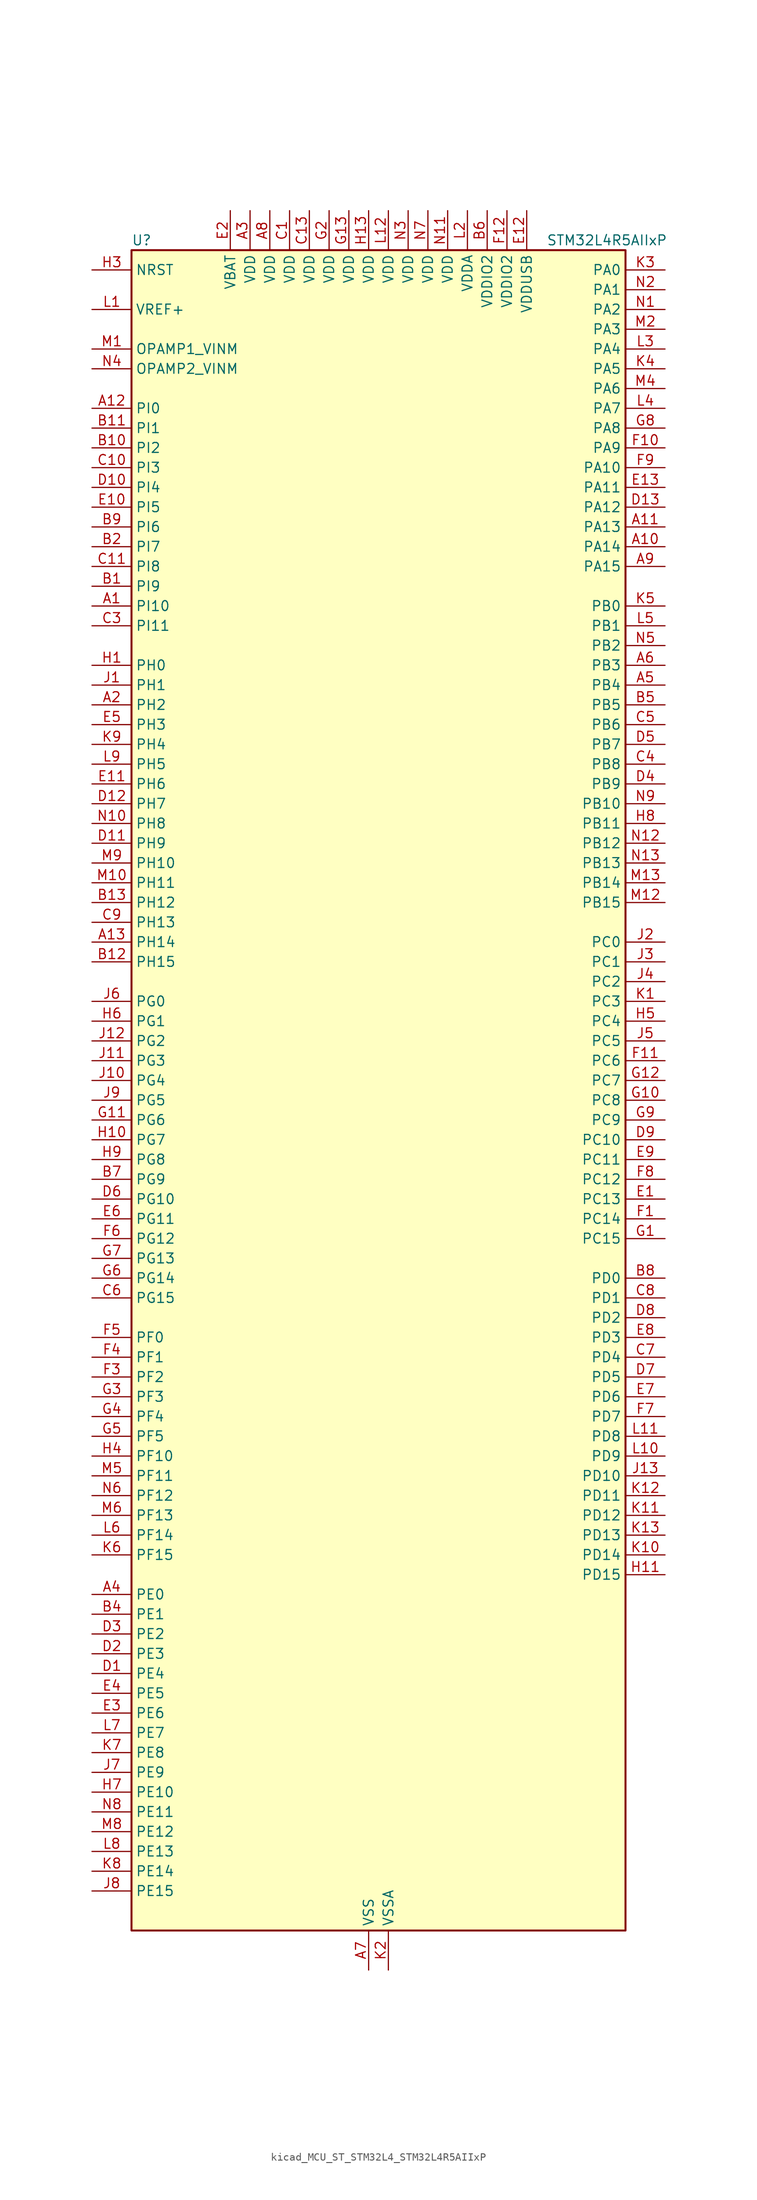
<source format=kicad_sym>
(kicad_symbol_lib
  (version 20220914)
  (generator kicad_symbol_editor)
  (symbol "kicad_MCU_ST_STM32L4_STM32L4R5AIIxP"
    (property "Reference" "U"
      (at -30.48 110.49 0)
      (effects (font (size 1.27 1.27)) (justify left)))
    (property "Value" "STM32L4R5AIIxP"
      (at 22.86 110.49 0)
      (effects (font (size 1.27 1.27)) (justify left)))
    (property "ki_locked" ""
      (at 0 0 0)
      (effects (font (size 1.27 1.27))))
    (symbol "kicad_MCU_ST_STM32L4_STM32L4R5AIIxP_0_1"
      (rectangle (start -30.48 -106.68) (end 33.02 109.22) (stroke (width 0.254) (type default)) (fill (type background))))
    (symbol "kicad_MCU_ST_STM32L4_STM32L4R5AIIxP_1_1"
      (pin bidirectional line (at -35.56 63.5 0) (length 5.08) (name "PI10" (effects (font (size 1.27 1.27)))) (number "A1" (effects (font (size 1.27 1.27)))) (alternate "OCTOSPIM_P2_IO1" bidirectional line))
      (pin bidirectional line (at 38.1 71.12 180) (length 5.08) (name "PA14" (effects (font (size 1.27 1.27)))) (number "A10" (effects (font (size 1.27 1.27)))) (alternate "I2C1_SMBA" bidirectional line) (alternate "I2C4_SMBA" bidirectional line) (alternate "LPTIM1_OUT" bidirectional line) (alternate "SAI1_FS_B" bidirectional line) (alternate "SYS_JTCK-SWCLK" bidirectional line) (alternate "USB_OTG_FS_SOF" bidirectional line))
      (pin bidirectional line (at 38.1 73.66 180) (length 5.08) (name "PA13" (effects (font (size 1.27 1.27)))) (number "A11" (effects (font (size 1.27 1.27)))) (alternate "IR_OUT" bidirectional line) (alternate "SAI1_SD_B" bidirectional line) (alternate "SYS_JTMS-SWDIO" bidirectional line) (alternate "USB_OTG_FS_NOE" bidirectional line))
      (pin bidirectional line (at -35.56 88.9 0) (length 5.08) (name "PI0" (effects (font (size 1.27 1.27)))) (number "A12" (effects (font (size 1.27 1.27)))) (alternate "DCMI_D13" bidirectional line) (alternate "OCTOSPIM_P1_IO5" bidirectional line) (alternate "SPI2_NSS" bidirectional line) (alternate "TIM5_CH4" bidirectional line))
      (pin bidirectional line (at -35.56 20.32 0) (length 5.08) (name "PH14" (effects (font (size 1.27 1.27)))) (number "A13" (effects (font (size 1.27 1.27)))) (alternate "DCMI_D4" bidirectional line) (alternate "TIM8_CH2N" bidirectional line))
      (pin bidirectional line (at -35.56 50.8 0) (length 5.08) (name "PH2" (effects (font (size 1.27 1.27)))) (number "A2" (effects (font (size 1.27 1.27)))) (alternate "OCTOSPIM_P1_IO4" bidirectional line))
      (pin power_in line (at -15.24 114.3 270) (length 5.08) (name "VDD" (effects (font (size 1.27 1.27)))) (number "A3" (effects (font (size 1.27 1.27)))))
      (pin bidirectional line (at -35.56 -63.5 0) (length 5.08) (name "PE0" (effects (font (size 1.27 1.27)))) (number "A4" (effects (font (size 1.27 1.27)))) (alternate "DCMI_D2" bidirectional line) (alternate "FMC_NBL0" bidirectional line) (alternate "TIM16_CH1" bidirectional line) (alternate "TIM4_ETR" bidirectional line))
      (pin bidirectional line (at 38.1 53.34 180) (length 5.08) (name "PB4" (effects (font (size 1.27 1.27)))) (number "A5" (effects (font (size 1.27 1.27)))) (alternate "COMP2_INP" bidirectional line) (alternate "DCMI_D12" bidirectional line) (alternate "I2C3_SDA" bidirectional line) (alternate "SAI1_MCLK_B" bidirectional line) (alternate "SPI1_MISO" bidirectional line) (alternate "SPI3_MISO" bidirectional line) (alternate "SYS_JTRST" bidirectional line) (alternate "TIM17_BKIN" bidirectional line) (alternate "TIM3_CH1" bidirectional line) (alternate "TSC_G2_IO1" bidirectional line) (alternate "UART5_DE" bidirectional line) (alternate "UART5_RTS" bidirectional line) (alternate "USART1_CTS" bidirectional line) (alternate "USART1_NSS" bidirectional line))
      (pin bidirectional line (at 38.1 55.88 180) (length 5.08) (name "PB3" (effects (font (size 1.27 1.27)))) (number "A6" (effects (font (size 1.27 1.27)))) (alternate "COMP2_INM" bidirectional line) (alternate "CRS_SYNC" bidirectional line) (alternate "SAI1_SCK_B" bidirectional line) (alternate "SPI1_SCK" bidirectional line) (alternate "SPI3_SCK" bidirectional line) (alternate "SYS_JTDO-SWO" bidirectional line) (alternate "TIM2_CH2" bidirectional line) (alternate "USART1_DE" bidirectional line) (alternate "USART1_RTS" bidirectional line))
      (pin power_in line (at 0 -111.76 90) (length 5.08) (name "VSS" (effects (font (size 1.27 1.27)))) (number "A7" (effects (font (size 1.27 1.27)))))
      (pin power_in line (at -12.7 114.3 270) (length 5.08) (name "VDD" (effects (font (size 1.27 1.27)))) (number "A8" (effects (font (size 1.27 1.27)))))
      (pin bidirectional line (at 38.1 68.58 180) (length 5.08) (name "PA15" (effects (font (size 1.27 1.27)))) (number "A9" (effects (font (size 1.27 1.27)))) (alternate "ADC1_EXTI15" bidirectional line) (alternate "SAI2_FS_B" bidirectional line) (alternate "SPI1_NSS" bidirectional line) (alternate "SPI3_NSS" bidirectional line) (alternate "SYS_JTDI" bidirectional line) (alternate "TIM2_CH1" bidirectional line) (alternate "TIM2_ETR" bidirectional line) (alternate "TSC_G3_IO1" bidirectional line) (alternate "UART4_DE" bidirectional line) (alternate "UART4_RTS" bidirectional line) (alternate "USART2_RX" bidirectional line) (alternate "USART3_DE" bidirectional line) (alternate "USART3_RTS" bidirectional line))
      (pin bidirectional line (at -35.56 66.04 0) (length 5.08) (name "PI9" (effects (font (size 1.27 1.27)))) (number "B1" (effects (font (size 1.27 1.27)))) (alternate "CAN1_RX" bidirectional line) (alternate "DAC1_EXTI9" bidirectional line) (alternate "OCTOSPIM_P2_IO2" bidirectional line))
      (pin bidirectional line (at -35.56 83.82 0) (length 5.08) (name "PI2" (effects (font (size 1.27 1.27)))) (number "B10" (effects (font (size 1.27 1.27)))) (alternate "DCMI_D9" bidirectional line) (alternate "SPI2_MISO" bidirectional line) (alternate "TIM8_CH4" bidirectional line))
      (pin bidirectional line (at -35.56 86.36 0) (length 5.08) (name "PI1" (effects (font (size 1.27 1.27)))) (number "B11" (effects (font (size 1.27 1.27)))) (alternate "DCMI_D8" bidirectional line) (alternate "SPI2_SCK" bidirectional line))
      (pin bidirectional line (at -35.56 17.78 0) (length 5.08) (name "PH15" (effects (font (size 1.27 1.27)))) (number "B12" (effects (font (size 1.27 1.27)))) (alternate "ADC1_EXTI15" bidirectional line) (alternate "DCMI_D11" bidirectional line) (alternate "OCTOSPIM_P2_IO6" bidirectional line) (alternate "TIM8_CH3N" bidirectional line))
      (pin bidirectional line (at -35.56 25.4 0) (length 5.08) (name "PH12" (effects (font (size 1.27 1.27)))) (number "B13" (effects (font (size 1.27 1.27)))) (alternate "DCMI_D3" bidirectional line) (alternate "OCTOSPIM_P2_IO7" bidirectional line) (alternate "TIM5_CH3" bidirectional line))
      (pin bidirectional line (at -35.56 71.12 0) (length 5.08) (name "PI7" (effects (font (size 1.27 1.27)))) (number "B2" (effects (font (size 1.27 1.27)))) (alternate "DCMI_D7" bidirectional line) (alternate "TIM8_CH3" bidirectional line))
      (pin passive line (at 0 -111.76 90) (length 5.08) hide (name "VSS" (effects (font (size 1.27 1.27)))) (number "B3" (effects (font (size 1.27 1.27)))))
      (pin bidirectional line (at -35.56 -66.04 0) (length 5.08) (name "PE1" (effects (font (size 1.27 1.27)))) (number "B4" (effects (font (size 1.27 1.27)))) (alternate "DCMI_D3" bidirectional line) (alternate "FMC_NBL1" bidirectional line) (alternate "TIM17_CH1" bidirectional line))
      (pin bidirectional line (at 38.1 50.8 180) (length 5.08) (name "PB5" (effects (font (size 1.27 1.27)))) (number "B5" (effects (font (size 1.27 1.27)))) (alternate "COMP2_OUT" bidirectional line) (alternate "DCMI_D10" bidirectional line) (alternate "I2C1_SMBA" bidirectional line) (alternate "LPTIM1_IN1" bidirectional line) (alternate "SAI1_SD_B" bidirectional line) (alternate "SPI1_MOSI" bidirectional line) (alternate "SPI3_MOSI" bidirectional line) (alternate "TIM16_BKIN" bidirectional line) (alternate "TIM3_CH2" bidirectional line) (alternate "TSC_G2_IO2" bidirectional line) (alternate "UART5_CTS" bidirectional line) (alternate "USART1_CK" bidirectional line))
      (pin power_in line (at 15.24 114.3 270) (length 5.08) (name "VDDIO2" (effects (font (size 1.27 1.27)))) (number "B6" (effects (font (size 1.27 1.27)))))
      (pin bidirectional line (at -35.56 -10.16 0) (length 5.08) (name "PG9" (effects (font (size 1.27 1.27)))) (number "B7" (effects (font (size 1.27 1.27)))) (alternate "DAC1_EXTI9" bidirectional line) (alternate "FMC_NCE" bidirectional line) (alternate "FMC_NE2" bidirectional line) (alternate "OCTOSPIM_P2_IO6" bidirectional line) (alternate "SAI2_SCK_A" bidirectional line) (alternate "SPI3_SCK" bidirectional line) (alternate "TIM15_CH1N" bidirectional line) (alternate "USART1_TX" bidirectional line))
      (pin bidirectional line (at 38.1 -22.86 180) (length 5.08) (name "PD0" (effects (font (size 1.27 1.27)))) (number "B8" (effects (font (size 1.27 1.27)))) (alternate "CAN1_RX" bidirectional line) (alternate "DFSDM1_DATIN7" bidirectional line) (alternate "FMC_D2" bidirectional line) (alternate "FMC_DA2" bidirectional line) (alternate "SPI2_NSS" bidirectional line))
      (pin bidirectional line (at -35.56 73.66 0) (length 5.08) (name "PI6" (effects (font (size 1.27 1.27)))) (number "B9" (effects (font (size 1.27 1.27)))) (alternate "DCMI_D6" bidirectional line) (alternate "OCTOSPIM_P2_CLK" bidirectional line) (alternate "TIM8_CH2" bidirectional line))
      (pin power_in line (at -10.16 114.3 270) (length 5.08) (name "VDD" (effects (font (size 1.27 1.27)))) (number "C1" (effects (font (size 1.27 1.27)))))
      (pin bidirectional line (at -35.56 81.28 0) (length 5.08) (name "PI3" (effects (font (size 1.27 1.27)))) (number "C10" (effects (font (size 1.27 1.27)))) (alternate "DCMI_D10" bidirectional line) (alternate "SPI2_MOSI" bidirectional line) (alternate "TIM8_ETR" bidirectional line))
      (pin bidirectional line (at -35.56 68.58 0) (length 5.08) (name "PI8" (effects (font (size 1.27 1.27)))) (number "C11" (effects (font (size 1.27 1.27)))) (alternate "DCMI_D12" bidirectional line) (alternate "OCTOSPIM_P2_NCS" bidirectional line))
      (pin passive line (at 0 -111.76 90) (length 5.08) hide (name "VSS" (effects (font (size 1.27 1.27)))) (number "C12" (effects (font (size 1.27 1.27)))))
      (pin power_in line (at -7.62 114.3 270) (length 5.08) (name "VDD" (effects (font (size 1.27 1.27)))) (number "C13" (effects (font (size 1.27 1.27)))))
      (pin passive line (at 0 -111.76 90) (length 5.08) hide (name "VSS" (effects (font (size 1.27 1.27)))) (number "C2" (effects (font (size 1.27 1.27)))))
      (pin bidirectional line (at -35.56 60.96 0) (length 5.08) (name "PI11" (effects (font (size 1.27 1.27)))) (number "C3" (effects (font (size 1.27 1.27)))) (alternate "ADC1_EXTI11" bidirectional line) (alternate "OCTOSPIM_P2_IO0" bidirectional line))
      (pin bidirectional line (at 38.1 43.18 180) (length 5.08) (name "PB8" (effects (font (size 1.27 1.27)))) (number "C4" (effects (font (size 1.27 1.27)))) (alternate "CAN1_RX" bidirectional line) (alternate "DCMI_D6" bidirectional line) (alternate "DFSDM1_CKOUT" bidirectional line) (alternate "DFSDM1_DATIN6" bidirectional line) (alternate "I2C1_SCL" bidirectional line) (alternate "SAI1_CK1" bidirectional line) (alternate "SAI1_MCLK_A" bidirectional line) (alternate "SDMMC1_CKIN" bidirectional line) (alternate "SDMMC1_D4" bidirectional line) (alternate "TIM16_CH1" bidirectional line) (alternate "TIM4_CH3" bidirectional line))
      (pin bidirectional line (at 38.1 48.26 180) (length 5.08) (name "PB6" (effects (font (size 1.27 1.27)))) (number "C5" (effects (font (size 1.27 1.27)))) (alternate "COMP2_INP" bidirectional line) (alternate "DCMI_D5" bidirectional line) (alternate "DFSDM1_DATIN5" bidirectional line) (alternate "I2C1_SCL" bidirectional line) (alternate "I2C4_SCL" bidirectional line) (alternate "LPTIM1_ETR" bidirectional line) (alternate "SAI1_FS_B" bidirectional line) (alternate "TIM16_CH1N" bidirectional line) (alternate "TIM4_CH1" bidirectional line) (alternate "TIM8_BKIN2" bidirectional line) (alternate "TSC_G2_IO3" bidirectional line) (alternate "USART1_TX" bidirectional line))
      (pin bidirectional line (at -35.56 -25.4 0) (length 5.08) (name "PG15" (effects (font (size 1.27 1.27)))) (number "C6" (effects (font (size 1.27 1.27)))) (alternate "ADC1_EXTI15" bidirectional line) (alternate "DCMI_D13" bidirectional line) (alternate "I2C1_SMBA" bidirectional line) (alternate "LPTIM1_OUT" bidirectional line) (alternate "OCTOSPIM_P2_DQS" bidirectional line))
      (pin bidirectional line (at 38.1 -33.02 180) (length 5.08) (name "PD4" (effects (font (size 1.27 1.27)))) (number "C7" (effects (font (size 1.27 1.27)))) (alternate "DFSDM1_CKIN0" bidirectional line) (alternate "FMC_NOE" bidirectional line) (alternate "OCTOSPIM_P1_IO4" bidirectional line) (alternate "SPI2_MOSI" bidirectional line) (alternate "USART2_DE" bidirectional line) (alternate "USART2_RTS" bidirectional line))
      (pin bidirectional line (at 38.1 -25.4 180) (length 5.08) (name "PD1" (effects (font (size 1.27 1.27)))) (number "C8" (effects (font (size 1.27 1.27)))) (alternate "CAN1_TX" bidirectional line) (alternate "DFSDM1_CKIN7" bidirectional line) (alternate "FMC_D3" bidirectional line) (alternate "FMC_DA3" bidirectional line) (alternate "SPI2_SCK" bidirectional line))
      (pin bidirectional line (at -35.56 22.86 0) (length 5.08) (name "PH13" (effects (font (size 1.27 1.27)))) (number "C9" (effects (font (size 1.27 1.27)))) (alternate "CAN1_TX" bidirectional line) (alternate "TIM8_CH1N" bidirectional line))
      (pin bidirectional line (at -35.56 -73.66 0) (length 5.08) (name "PE4" (effects (font (size 1.27 1.27)))) (number "D1" (effects (font (size 1.27 1.27)))) (alternate "DCMI_D4" bidirectional line) (alternate "DFSDM1_DATIN3" bidirectional line) (alternate "FMC_A20" bidirectional line) (alternate "SAI1_D2" bidirectional line) (alternate "SAI1_FS_A" bidirectional line) (alternate "SYS_TRACED1" bidirectional line) (alternate "TIM3_CH2" bidirectional line) (alternate "TSC_G7_IO3" bidirectional line))
      (pin bidirectional line (at -35.56 78.74 0) (length 5.08) (name "PI4" (effects (font (size 1.27 1.27)))) (number "D10" (effects (font (size 1.27 1.27)))) (alternate "DCMI_D5" bidirectional line) (alternate "TIM8_BKIN" bidirectional line))
      (pin bidirectional line (at -35.56 33.02 0) (length 5.08) (name "PH9" (effects (font (size 1.27 1.27)))) (number "D11" (effects (font (size 1.27 1.27)))) (alternate "DAC1_EXTI9" bidirectional line) (alternate "DCMI_D0" bidirectional line) (alternate "I2C3_SMBA" bidirectional line) (alternate "OCTOSPIM_P2_IO4" bidirectional line))
      (pin bidirectional line (at -35.56 38.1 0) (length 5.08) (name "PH7" (effects (font (size 1.27 1.27)))) (number "D12" (effects (font (size 1.27 1.27)))) (alternate "DCMI_D9" bidirectional line) (alternate "I2C3_SCL" bidirectional line))
      (pin bidirectional line (at 38.1 76.2 180) (length 5.08) (name "PA12" (effects (font (size 1.27 1.27)))) (number "D13" (effects (font (size 1.27 1.27)))) (alternate "CAN1_TX" bidirectional line) (alternate "SPI1_MOSI" bidirectional line) (alternate "TIM1_ETR" bidirectional line) (alternate "USART1_DE" bidirectional line) (alternate "USART1_RTS" bidirectional line) (alternate "USB_OTG_FS_DP" bidirectional line))
      (pin bidirectional line (at -35.56 -71.12 0) (length 5.08) (name "PE3" (effects (font (size 1.27 1.27)))) (number "D2" (effects (font (size 1.27 1.27)))) (alternate "FMC_A19" bidirectional line) (alternate "OCTOSPIM_P1_DQS" bidirectional line) (alternate "SAI1_SD_B" bidirectional line) (alternate "SYS_TRACED0" bidirectional line) (alternate "TIM3_CH1" bidirectional line) (alternate "TSC_G7_IO2" bidirectional line))
      (pin bidirectional line (at -35.56 -68.58 0) (length 5.08) (name "PE2" (effects (font (size 1.27 1.27)))) (number "D3" (effects (font (size 1.27 1.27)))) (alternate "FMC_A23" bidirectional line) (alternate "SAI1_CK1" bidirectional line) (alternate "SAI1_MCLK_A" bidirectional line) (alternate "SYS_TRACECLK" bidirectional line) (alternate "TIM3_ETR" bidirectional line) (alternate "TSC_G7_IO1" bidirectional line))
      (pin bidirectional line (at 38.1 40.64 180) (length 5.08) (name "PB9" (effects (font (size 1.27 1.27)))) (number "D4" (effects (font (size 1.27 1.27)))) (alternate "CAN1_TX" bidirectional line) (alternate "DAC1_EXTI9" bidirectional line) (alternate "DCMI_D7" bidirectional line) (alternate "DFSDM1_CKIN6" bidirectional line) (alternate "I2C1_SDA" bidirectional line) (alternate "IR_OUT" bidirectional line) (alternate "SAI1_D2" bidirectional line) (alternate "SAI1_FS_A" bidirectional line) (alternate "SDMMC1_CDIR" bidirectional line) (alternate "SDMMC1_D5" bidirectional line) (alternate "SPI2_NSS" bidirectional line) (alternate "TIM17_CH1" bidirectional line) (alternate "TIM4_CH4" bidirectional line))
      (pin bidirectional line (at 38.1 45.72 180) (length 5.08) (name "PB7" (effects (font (size 1.27 1.27)))) (number "D5" (effects (font (size 1.27 1.27)))) (alternate "COMP2_INM" bidirectional line) (alternate "DCMI_VSYNC" bidirectional line) (alternate "DFSDM1_CKIN5" bidirectional line) (alternate "FMC_NL" bidirectional line) (alternate "I2C1_SDA" bidirectional line) (alternate "I2C4_SDA" bidirectional line) (alternate "LPTIM1_IN2" bidirectional line) (alternate "SYS_PVD_IN" bidirectional line) (alternate "TIM17_CH1N" bidirectional line) (alternate "TIM4_CH2" bidirectional line) (alternate "TIM8_BKIN" bidirectional line) (alternate "TSC_G2_IO4" bidirectional line) (alternate "UART4_CTS" bidirectional line) (alternate "USART1_RX" bidirectional line))
      (pin bidirectional line (at -35.56 -12.7 0) (length 5.08) (name "PG10" (effects (font (size 1.27 1.27)))) (number "D6" (effects (font (size 1.27 1.27)))) (alternate "FMC_NE3" bidirectional line) (alternate "LPTIM1_IN1" bidirectional line) (alternate "OCTOSPIM_P2_IO7" bidirectional line) (alternate "SAI2_FS_A" bidirectional line) (alternate "SPI3_MISO" bidirectional line) (alternate "TIM15_CH1" bidirectional line) (alternate "USART1_RX" bidirectional line))
      (pin bidirectional line (at 38.1 -35.56 180) (length 5.08) (name "PD5" (effects (font (size 1.27 1.27)))) (number "D7" (effects (font (size 1.27 1.27)))) (alternate "FMC_NWE" bidirectional line) (alternate "OCTOSPIM_P1_IO5" bidirectional line) (alternate "USART2_TX" bidirectional line))
      (pin bidirectional line (at 38.1 -27.94 180) (length 5.08) (name "PD2" (effects (font (size 1.27 1.27)))) (number "D8" (effects (font (size 1.27 1.27)))) (alternate "DCMI_D11" bidirectional line) (alternate "SDMMC1_CMD" bidirectional line) (alternate "SYS_TRACED2" bidirectional line) (alternate "TIM3_ETR" bidirectional line) (alternate "TSC_SYNC" bidirectional line) (alternate "UART5_RX" bidirectional line) (alternate "USART3_DE" bidirectional line) (alternate "USART3_RTS" bidirectional line))
      (pin bidirectional line (at 38.1 -5.08 180) (length 5.08) (name "PC10" (effects (font (size 1.27 1.27)))) (number "D9" (effects (font (size 1.27 1.27)))) (alternate "DCMI_D8" bidirectional line) (alternate "SAI2_SCK_B" bidirectional line) (alternate "SDMMC1_D2" bidirectional line) (alternate "SPI3_SCK" bidirectional line) (alternate "SYS_TRACED1" bidirectional line) (alternate "TSC_G3_IO2" bidirectional line) (alternate "UART4_TX" bidirectional line) (alternate "USART3_TX" bidirectional line))
      (pin bidirectional line (at 38.1 -12.7 180) (length 5.08) (name "PC13" (effects (font (size 1.27 1.27)))) (number "E1" (effects (font (size 1.27 1.27)))) (alternate "RTC_OUT_ALARM" bidirectional line) (alternate "RTC_OUT_CALIB" bidirectional line) (alternate "RTC_TAMP1" bidirectional line) (alternate "RTC_TS" bidirectional line) (alternate "SYS_WKUP2" bidirectional line))
      (pin bidirectional line (at -35.56 76.2 0) (length 5.08) (name "PI5" (effects (font (size 1.27 1.27)))) (number "E10" (effects (font (size 1.27 1.27)))) (alternate "DCMI_VSYNC" bidirectional line) (alternate "OCTOSPIM_P2_NCS" bidirectional line) (alternate "TIM8_CH1" bidirectional line))
      (pin bidirectional line (at -35.56 40.64 0) (length 5.08) (name "PH6" (effects (font (size 1.27 1.27)))) (number "E11" (effects (font (size 1.27 1.27)))) (alternate "DCMI_D8" bidirectional line) (alternate "I2C2_SMBA" bidirectional line) (alternate "OCTOSPIM_P2_CLK" bidirectional line))
      (pin power_in line (at 20.32 114.3 270) (length 5.08) (name "VDDUSB" (effects (font (size 1.27 1.27)))) (number "E12" (effects (font (size 1.27 1.27)))))
      (pin bidirectional line (at 38.1 78.74 180) (length 5.08) (name "PA11" (effects (font (size 1.27 1.27)))) (number "E13" (effects (font (size 1.27 1.27)))) (alternate "ADC1_EXTI11" bidirectional line) (alternate "CAN1_RX" bidirectional line) (alternate "SPI1_MISO" bidirectional line) (alternate "TIM1_BKIN2" bidirectional line) (alternate "TIM1_CH4" bidirectional line) (alternate "USART1_CTS" bidirectional line) (alternate "USART1_NSS" bidirectional line) (alternate "USB_OTG_FS_DM" bidirectional line))
      (pin power_in line (at -17.78 114.3 270) (length 5.08) (name "VBAT" (effects (font (size 1.27 1.27)))) (number "E2" (effects (font (size 1.27 1.27)))))
      (pin bidirectional line (at -35.56 -78.74 0) (length 5.08) (name "PE6" (effects (font (size 1.27 1.27)))) (number "E3" (effects (font (size 1.27 1.27)))) (alternate "DCMI_D7" bidirectional line) (alternate "FMC_A22" bidirectional line) (alternate "RTC_TAMP3" bidirectional line) (alternate "SAI1_D1" bidirectional line) (alternate "SAI1_SD_A" bidirectional line) (alternate "SYS_TRACED3" bidirectional line) (alternate "SYS_WKUP3" bidirectional line) (alternate "TIM3_CH4" bidirectional line))
      (pin bidirectional line (at -35.56 -76.2 0) (length 5.08) (name "PE5" (effects (font (size 1.27 1.27)))) (number "E4" (effects (font (size 1.27 1.27)))) (alternate "DCMI_D6" bidirectional line) (alternate "DFSDM1_CKIN3" bidirectional line) (alternate "FMC_A21" bidirectional line) (alternate "SAI1_CK2" bidirectional line) (alternate "SAI1_SCK_A" bidirectional line) (alternate "SYS_TRACED2" bidirectional line) (alternate "TIM3_CH3" bidirectional line) (alternate "TSC_G7_IO4" bidirectional line))
      (pin bidirectional line (at -35.56 48.26 0) (length 5.08) (name "PH3" (effects (font (size 1.27 1.27)))) (number "E5" (effects (font (size 1.27 1.27)))))
      (pin bidirectional line (at -35.56 -15.24 0) (length 5.08) (name "PG11" (effects (font (size 1.27 1.27)))) (number "E6" (effects (font (size 1.27 1.27)))) (alternate "ADC1_EXTI11" bidirectional line) (alternate "LPTIM1_IN2" bidirectional line) (alternate "OCTOSPIM_P1_IO5" bidirectional line) (alternate "SAI2_MCLK_A" bidirectional line) (alternate "SPI3_MOSI" bidirectional line) (alternate "TIM15_CH2" bidirectional line) (alternate "USART1_CTS" bidirectional line) (alternate "USART1_NSS" bidirectional line))
      (pin bidirectional line (at 38.1 -38.1 180) (length 5.08) (name "PD6" (effects (font (size 1.27 1.27)))) (number "E7" (effects (font (size 1.27 1.27)))) (alternate "DCMI_D10" bidirectional line) (alternate "DFSDM1_DATIN1" bidirectional line) (alternate "FMC_NWAIT" bidirectional line) (alternate "OCTOSPIM_P1_IO6" bidirectional line) (alternate "SAI1_D1" bidirectional line) (alternate "SAI1_SD_A" bidirectional line) (alternate "SPI3_MOSI" bidirectional line) (alternate "USART2_RX" bidirectional line))
      (pin bidirectional line (at 38.1 -30.48 180) (length 5.08) (name "PD3" (effects (font (size 1.27 1.27)))) (number "E8" (effects (font (size 1.27 1.27)))) (alternate "DCMI_D5" bidirectional line) (alternate "DFSDM1_DATIN0" bidirectional line) (alternate "FMC_CLK" bidirectional line) (alternate "OCTOSPIM_P2_NCS" bidirectional line) (alternate "SPI2_MISO" bidirectional line) (alternate "SPI2_SCK" bidirectional line) (alternate "USART2_CTS" bidirectional line) (alternate "USART2_NSS" bidirectional line))
      (pin bidirectional line (at 38.1 -7.62 180) (length 5.08) (name "PC11" (effects (font (size 1.27 1.27)))) (number "E9" (effects (font (size 1.27 1.27)))) (alternate "ADC1_EXTI11" bidirectional line) (alternate "DCMI_D2" bidirectional line) (alternate "DCMI_D4" bidirectional line) (alternate "OCTOSPIM_P1_NCS" bidirectional line) (alternate "SAI2_MCLK_B" bidirectional line) (alternate "SDMMC1_D3" bidirectional line) (alternate "SPI3_MISO" bidirectional line) (alternate "TSC_G3_IO3" bidirectional line) (alternate "UART4_RX" bidirectional line) (alternate "USART3_RX" bidirectional line))
      (pin bidirectional line (at 38.1 -15.24 180) (length 5.08) (name "PC14" (effects (font (size 1.27 1.27)))) (number "F1" (effects (font (size 1.27 1.27)))) (alternate "RCC_OSC32_IN" bidirectional line))
      (pin bidirectional line (at 38.1 83.82 180) (length 5.08) (name "PA9" (effects (font (size 1.27 1.27)))) (number "F10" (effects (font (size 1.27 1.27)))) (alternate "DAC1_EXTI9" bidirectional line) (alternate "DCMI_D0" bidirectional line) (alternate "SAI1_FS_A" bidirectional line) (alternate "SPI2_SCK" bidirectional line) (alternate "TIM15_BKIN" bidirectional line) (alternate "TIM1_CH2" bidirectional line) (alternate "USART1_TX" bidirectional line) (alternate "USB_OTG_FS_VBUS" bidirectional line))
      (pin bidirectional line (at 38.1 5.08 180) (length 5.08) (name "PC6" (effects (font (size 1.27 1.27)))) (number "F11" (effects (font (size 1.27 1.27)))) (alternate "DCMI_D0" bidirectional line) (alternate "DFSDM1_CKIN3" bidirectional line) (alternate "SAI2_MCLK_A" bidirectional line) (alternate "SDMMC1_D0DIR" bidirectional line) (alternate "SDMMC1_D6" bidirectional line) (alternate "TIM3_CH1" bidirectional line) (alternate "TIM8_CH1" bidirectional line) (alternate "TSC_G4_IO1" bidirectional line))
      (pin power_in line (at 17.78 114.3 270) (length 5.08) (name "VDDIO2" (effects (font (size 1.27 1.27)))) (number "F12" (effects (font (size 1.27 1.27)))))
      (pin passive line (at 0 -111.76 90) (length 5.08) hide (name "VSS" (effects (font (size 1.27 1.27)))) (number "F13" (effects (font (size 1.27 1.27)))))
      (pin passive line (at 0 -111.76 90) (length 5.08) hide (name "VSS" (effects (font (size 1.27 1.27)))) (number "F2" (effects (font (size 1.27 1.27)))))
      (pin bidirectional line (at -35.56 -35.56 0) (length 5.08) (name "PF2" (effects (font (size 1.27 1.27)))) (number "F3" (effects (font (size 1.27 1.27)))) (alternate "FMC_A2" bidirectional line) (alternate "I2C2_SMBA" bidirectional line) (alternate "OCTOSPIM_P2_IO2" bidirectional line))
      (pin bidirectional line (at -35.56 -33.02 0) (length 5.08) (name "PF1" (effects (font (size 1.27 1.27)))) (number "F4" (effects (font (size 1.27 1.27)))) (alternate "FMC_A1" bidirectional line) (alternate "I2C2_SCL" bidirectional line) (alternate "OCTOSPIM_P2_IO1" bidirectional line))
      (pin bidirectional line (at -35.56 -30.48 0) (length 5.08) (name "PF0" (effects (font (size 1.27 1.27)))) (number "F5" (effects (font (size 1.27 1.27)))) (alternate "FMC_A0" bidirectional line) (alternate "I2C2_SDA" bidirectional line) (alternate "OCTOSPIM_P2_IO0" bidirectional line))
      (pin bidirectional line (at -35.56 -17.78 0) (length 5.08) (name "PG12" (effects (font (size 1.27 1.27)))) (number "F6" (effects (font (size 1.27 1.27)))) (alternate "FMC_NE4" bidirectional line) (alternate "LPTIM1_ETR" bidirectional line) (alternate "OCTOSPIM_P2_NCS" bidirectional line) (alternate "SAI2_SD_A" bidirectional line) (alternate "SPI3_NSS" bidirectional line) (alternate "USART1_DE" bidirectional line) (alternate "USART1_RTS" bidirectional line))
      (pin bidirectional line (at 38.1 -40.64 180) (length 5.08) (name "PD7" (effects (font (size 1.27 1.27)))) (number "F7" (effects (font (size 1.27 1.27)))) (alternate "DFSDM1_CKIN1" bidirectional line) (alternate "FMC_NCE" bidirectional line) (alternate "FMC_NE1" bidirectional line) (alternate "OCTOSPIM_P1_IO7" bidirectional line) (alternate "USART2_CK" bidirectional line))
      (pin bidirectional line (at 38.1 -10.16 180) (length 5.08) (name "PC12" (effects (font (size 1.27 1.27)))) (number "F8" (effects (font (size 1.27 1.27)))) (alternate "DCMI_D9" bidirectional line) (alternate "SAI2_SD_B" bidirectional line) (alternate "SDMMC1_CK" bidirectional line) (alternate "SPI3_MOSI" bidirectional line) (alternate "SYS_TRACED3" bidirectional line) (alternate "TSC_G3_IO4" bidirectional line) (alternate "UART5_TX" bidirectional line) (alternate "USART3_CK" bidirectional line))
      (pin bidirectional line (at 38.1 81.28 180) (length 5.08) (name "PA10" (effects (font (size 1.27 1.27)))) (number "F9" (effects (font (size 1.27 1.27)))) (alternate "DCMI_D1" bidirectional line) (alternate "SAI1_D1" bidirectional line) (alternate "SAI1_SD_A" bidirectional line) (alternate "TIM17_BKIN" bidirectional line) (alternate "TIM1_CH3" bidirectional line) (alternate "USART1_RX" bidirectional line) (alternate "USB_OTG_FS_ID" bidirectional line))
      (pin bidirectional line (at 38.1 -17.78 180) (length 5.08) (name "PC15" (effects (font (size 1.27 1.27)))) (number "G1" (effects (font (size 1.27 1.27)))) (alternate "ADC1_EXTI15" bidirectional line) (alternate "RCC_OSC32_OUT" bidirectional line))
      (pin bidirectional line (at 38.1 0 180) (length 5.08) (name "PC8" (effects (font (size 1.27 1.27)))) (number "G10" (effects (font (size 1.27 1.27)))) (alternate "DCMI_D2" bidirectional line) (alternate "SDMMC1_D0" bidirectional line) (alternate "TIM3_CH3" bidirectional line) (alternate "TIM8_CH3" bidirectional line) (alternate "TSC_G4_IO3" bidirectional line))
      (pin bidirectional line (at -35.56 -2.54 0) (length 5.08) (name "PG6" (effects (font (size 1.27 1.27)))) (number "G11" (effects (font (size 1.27 1.27)))) (alternate "I2C3_SMBA" bidirectional line) (alternate "LPUART1_DE" bidirectional line) (alternate "LPUART1_RTS" bidirectional line) (alternate "OCTOSPIM_P1_DQS" bidirectional line))
      (pin bidirectional line (at 38.1 2.54 180) (length 5.08) (name "PC7" (effects (font (size 1.27 1.27)))) (number "G12" (effects (font (size 1.27 1.27)))) (alternate "DCMI_D1" bidirectional line) (alternate "DFSDM1_DATIN3" bidirectional line) (alternate "SAI2_MCLK_B" bidirectional line) (alternate "SDMMC1_D123DIR" bidirectional line) (alternate "SDMMC1_D7" bidirectional line) (alternate "TIM3_CH2" bidirectional line) (alternate "TIM8_CH2" bidirectional line) (alternate "TSC_G4_IO2" bidirectional line))
      (pin power_in line (at -2.54 114.3 270) (length 5.08) (name "VDD" (effects (font (size 1.27 1.27)))) (number "G13" (effects (font (size 1.27 1.27)))))
      (pin power_in line (at -5.08 114.3 270) (length 5.08) (name "VDD" (effects (font (size 1.27 1.27)))) (number "G2" (effects (font (size 1.27 1.27)))))
      (pin bidirectional line (at -35.56 -38.1 0) (length 5.08) (name "PF3" (effects (font (size 1.27 1.27)))) (number "G3" (effects (font (size 1.27 1.27)))) (alternate "FMC_A3" bidirectional line) (alternate "OCTOSPIM_P2_IO3" bidirectional line))
      (pin bidirectional line (at -35.56 -40.64 0) (length 5.08) (name "PF4" (effects (font (size 1.27 1.27)))) (number "G4" (effects (font (size 1.27 1.27)))) (alternate "FMC_A4" bidirectional line) (alternate "OCTOSPIM_P2_CLK" bidirectional line))
      (pin bidirectional line (at -35.56 -43.18 0) (length 5.08) (name "PF5" (effects (font (size 1.27 1.27)))) (number "G5" (effects (font (size 1.27 1.27)))) (alternate "FMC_A5" bidirectional line))
      (pin bidirectional line (at -35.56 -22.86 0) (length 5.08) (name "PG14" (effects (font (size 1.27 1.27)))) (number "G6" (effects (font (size 1.27 1.27)))) (alternate "FMC_A25" bidirectional line) (alternate "I2C1_SCL" bidirectional line))
      (pin bidirectional line (at -35.56 -20.32 0) (length 5.08) (name "PG13" (effects (font (size 1.27 1.27)))) (number "G7" (effects (font (size 1.27 1.27)))) (alternate "FMC_A24" bidirectional line) (alternate "I2C1_SDA" bidirectional line) (alternate "USART1_CK" bidirectional line))
      (pin bidirectional line (at 38.1 86.36 180) (length 5.08) (name "PA8" (effects (font (size 1.27 1.27)))) (number "G8" (effects (font (size 1.27 1.27)))) (alternate "LPTIM2_OUT" bidirectional line) (alternate "RCC_MCO" bidirectional line) (alternate "SAI1_CK2" bidirectional line) (alternate "SAI1_SCK_A" bidirectional line) (alternate "TIM1_CH1" bidirectional line) (alternate "USART1_CK" bidirectional line) (alternate "USB_OTG_FS_SOF" bidirectional line))
      (pin bidirectional line (at 38.1 -2.54 180) (length 5.08) (name "PC9" (effects (font (size 1.27 1.27)))) (number "G9" (effects (font (size 1.27 1.27)))) (alternate "DAC1_EXTI9" bidirectional line) (alternate "DCMI_D3" bidirectional line) (alternate "I2C3_SDA" bidirectional line) (alternate "SAI2_EXTCLK" bidirectional line) (alternate "SDMMC1_D1" bidirectional line) (alternate "SYS_TRACED0" bidirectional line) (alternate "TIM3_CH4" bidirectional line) (alternate "TIM8_BKIN2" bidirectional line) (alternate "TIM8_CH4" bidirectional line) (alternate "TSC_G4_IO4" bidirectional line) (alternate "USB_OTG_FS_NOE" bidirectional line))
      (pin bidirectional line (at -35.56 55.88 0) (length 5.08) (name "PH0" (effects (font (size 1.27 1.27)))) (number "H1" (effects (font (size 1.27 1.27)))) (alternate "RCC_OSC_IN" bidirectional line))
      (pin bidirectional line (at -35.56 -5.08 0) (length 5.08) (name "PG7" (effects (font (size 1.27 1.27)))) (number "H10" (effects (font (size 1.27 1.27)))) (alternate "DFSDM1_CKOUT" bidirectional line) (alternate "FMC_INT" bidirectional line) (alternate "I2C3_SCL" bidirectional line) (alternate "LPUART1_TX" bidirectional line) (alternate "OCTOSPIM_P2_DQS" bidirectional line) (alternate "SAI1_CK1" bidirectional line) (alternate "SAI1_MCLK_A" bidirectional line))
      (pin bidirectional line (at 38.1 -60.96 180) (length 5.08) (name "PD15" (effects (font (size 1.27 1.27)))) (number "H11" (effects (font (size 1.27 1.27)))) (alternate "ADC1_EXTI15" bidirectional line) (alternate "FMC_D1" bidirectional line) (alternate "FMC_DA1" bidirectional line) (alternate "TIM4_CH4" bidirectional line))
      (pin passive line (at 0 -111.76 90) (length 5.08) hide (name "VSS" (effects (font (size 1.27 1.27)))) (number "H12" (effects (font (size 1.27 1.27)))))
      (pin power_in line (at 0 114.3 270) (length 5.08) (name "VDD" (effects (font (size 1.27 1.27)))) (number "H13" (effects (font (size 1.27 1.27)))))
      (pin passive line (at 0 -111.76 90) (length 5.08) hide (name "VSS" (effects (font (size 1.27 1.27)))) (number "H2" (effects (font (size 1.27 1.27)))))
      (pin input line (at -35.56 106.68 0) (length 5.08) (name "NRST" (effects (font (size 1.27 1.27)))) (number "H3" (effects (font (size 1.27 1.27)))))
      (pin bidirectional line (at -35.56 -45.72 0) (length 5.08) (name "PF10" (effects (font (size 1.27 1.27)))) (number "H4" (effects (font (size 1.27 1.27)))) (alternate "DCMI_D11" bidirectional line) (alternate "DFSDM1_CKOUT" bidirectional line) (alternate "OCTOSPIM_P1_CLK" bidirectional line) (alternate "SAI1_D3" bidirectional line) (alternate "TIM15_CH2" bidirectional line))
      (pin bidirectional line (at 38.1 10.16 180) (length 5.08) (name "PC4" (effects (font (size 1.27 1.27)))) (number "H5" (effects (font (size 1.27 1.27)))) (alternate "ADC1_IN13" bidirectional line) (alternate "COMP1_INM" bidirectional line) (alternate "OCTOSPIM_P1_IO7" bidirectional line) (alternate "USART3_TX" bidirectional line))
      (pin bidirectional line (at -35.56 10.16 0) (length 5.08) (name "PG1" (effects (font (size 1.27 1.27)))) (number "H6" (effects (font (size 1.27 1.27)))) (alternate "FMC_A11" bidirectional line) (alternate "OCTOSPIM_P2_IO5" bidirectional line) (alternate "TSC_G8_IO4" bidirectional line))
      (pin bidirectional line (at -35.56 -88.9 0) (length 5.08) (name "PE10" (effects (font (size 1.27 1.27)))) (number "H7" (effects (font (size 1.27 1.27)))) (alternate "DFSDM1_DATIN4" bidirectional line) (alternate "FMC_D7" bidirectional line) (alternate "FMC_DA7" bidirectional line) (alternate "OCTOSPIM_P1_CLK" bidirectional line) (alternate "SAI1_MCLK_B" bidirectional line) (alternate "TIM1_CH2N" bidirectional line) (alternate "TSC_G5_IO1" bidirectional line))
      (pin bidirectional line (at 38.1 35.56 180) (length 5.08) (name "PB11" (effects (font (size 1.27 1.27)))) (number "H8" (effects (font (size 1.27 1.27)))) (alternate "ADC1_EXTI11" bidirectional line) (alternate "COMP2_OUT" bidirectional line) (alternate "DFSDM1_CKIN7" bidirectional line) (alternate "I2C2_SDA" bidirectional line) (alternate "I2C4_SDA" bidirectional line) (alternate "LPUART1_TX" bidirectional line) (alternate "OCTOSPIM_P1_NCS" bidirectional line) (alternate "TIM2_CH4" bidirectional line) (alternate "USART3_RX" bidirectional line))
      (pin bidirectional line (at -35.56 -7.62 0) (length 5.08) (name "PG8" (effects (font (size 1.27 1.27)))) (number "H9" (effects (font (size 1.27 1.27)))) (alternate "I2C3_SDA" bidirectional line) (alternate "LPUART1_RX" bidirectional line))
      (pin bidirectional line (at -35.56 53.34 0) (length 5.08) (name "PH1" (effects (font (size 1.27 1.27)))) (number "J1" (effects (font (size 1.27 1.27)))) (alternate "RCC_OSC_OUT" bidirectional line))
      (pin bidirectional line (at -35.56 2.54 0) (length 5.08) (name "PG4" (effects (font (size 1.27 1.27)))) (number "J10" (effects (font (size 1.27 1.27)))) (alternate "FMC_A14" bidirectional line) (alternate "SAI2_MCLK_B" bidirectional line) (alternate "SPI1_MOSI" bidirectional line))
      (pin bidirectional line (at -35.56 5.08 0) (length 5.08) (name "PG3" (effects (font (size 1.27 1.27)))) (number "J11" (effects (font (size 1.27 1.27)))) (alternate "FMC_A13" bidirectional line) (alternate "SAI2_FS_B" bidirectional line) (alternate "SPI1_MISO" bidirectional line))
      (pin bidirectional line (at -35.56 7.62 0) (length 5.08) (name "PG2" (effects (font (size 1.27 1.27)))) (number "J12" (effects (font (size 1.27 1.27)))) (alternate "FMC_A12" bidirectional line) (alternate "SAI2_SCK_B" bidirectional line) (alternate "SPI1_SCK" bidirectional line))
      (pin bidirectional line (at 38.1 -48.26 180) (length 5.08) (name "PD10" (effects (font (size 1.27 1.27)))) (number "J13" (effects (font (size 1.27 1.27)))) (alternate "FMC_D15" bidirectional line) (alternate "FMC_DA15" bidirectional line) (alternate "SAI2_SCK_A" bidirectional line) (alternate "TSC_G6_IO1" bidirectional line) (alternate "USART3_CK" bidirectional line))
      (pin bidirectional line (at 38.1 20.32 180) (length 5.08) (name "PC0" (effects (font (size 1.27 1.27)))) (number "J2" (effects (font (size 1.27 1.27)))) (alternate "ADC1_IN1" bidirectional line) (alternate "DFSDM1_DATIN4" bidirectional line) (alternate "I2C3_SCL" bidirectional line) (alternate "LPTIM1_IN1" bidirectional line) (alternate "LPTIM2_IN1" bidirectional line) (alternate "LPUART1_RX" bidirectional line) (alternate "SAI2_FS_A" bidirectional line))
      (pin bidirectional line (at 38.1 17.78 180) (length 5.08) (name "PC1" (effects (font (size 1.27 1.27)))) (number "J3" (effects (font (size 1.27 1.27)))) (alternate "ADC1_IN2" bidirectional line) (alternate "DFSDM1_CKIN4" bidirectional line) (alternate "I2C3_SDA" bidirectional line) (alternate "LPTIM1_OUT" bidirectional line) (alternate "LPUART1_TX" bidirectional line) (alternate "OCTOSPIM_P1_IO4" bidirectional line) (alternate "SAI1_SD_A" bidirectional line) (alternate "SPI2_MOSI" bidirectional line) (alternate "SYS_TRACED0" bidirectional line))
      (pin bidirectional line (at 38.1 15.24 180) (length 5.08) (name "PC2" (effects (font (size 1.27 1.27)))) (number "J4" (effects (font (size 1.27 1.27)))) (alternate "ADC1_IN3" bidirectional line) (alternate "DFSDM1_CKOUT" bidirectional line) (alternate "LPTIM1_IN2" bidirectional line) (alternate "OCTOSPIM_P1_IO5" bidirectional line) (alternate "SPI2_MISO" bidirectional line))
      (pin bidirectional line (at 38.1 7.62 180) (length 5.08) (name "PC5" (effects (font (size 1.27 1.27)))) (number "J5" (effects (font (size 1.27 1.27)))) (alternate "ADC1_IN14" bidirectional line) (alternate "COMP1_INP" bidirectional line) (alternate "SAI1_D3" bidirectional line) (alternate "SYS_WKUP5" bidirectional line) (alternate "USART3_RX" bidirectional line))
      (pin bidirectional line (at -35.56 12.7 0) (length 5.08) (name "PG0" (effects (font (size 1.27 1.27)))) (number "J6" (effects (font (size 1.27 1.27)))) (alternate "FMC_A10" bidirectional line) (alternate "OCTOSPIM_P2_IO4" bidirectional line) (alternate "TSC_G8_IO3" bidirectional line))
      (pin bidirectional line (at -35.56 -86.36 0) (length 5.08) (name "PE9" (effects (font (size 1.27 1.27)))) (number "J7" (effects (font (size 1.27 1.27)))) (alternate "DAC1_EXTI9" bidirectional line) (alternate "DFSDM1_CKOUT" bidirectional line) (alternate "FMC_D6" bidirectional line) (alternate "FMC_DA6" bidirectional line) (alternate "SAI1_FS_B" bidirectional line) (alternate "TIM1_CH1" bidirectional line))
      (pin bidirectional line (at -35.56 -101.6 0) (length 5.08) (name "PE15" (effects (font (size 1.27 1.27)))) (number "J8" (effects (font (size 1.27 1.27)))) (alternate "ADC1_EXTI15" bidirectional line) (alternate "FMC_D12" bidirectional line) (alternate "FMC_DA12" bidirectional line) (alternate "OCTOSPIM_P1_IO3" bidirectional line) (alternate "SPI1_MOSI" bidirectional line) (alternate "TIM1_BKIN" bidirectional line))
      (pin bidirectional line (at -35.56 0 0) (length 5.08) (name "PG5" (effects (font (size 1.27 1.27)))) (number "J9" (effects (font (size 1.27 1.27)))) (alternate "FMC_A15" bidirectional line) (alternate "LPUART1_CTS" bidirectional line) (alternate "SAI2_SD_B" bidirectional line) (alternate "SPI1_NSS" bidirectional line))
      (pin bidirectional line (at 38.1 12.7 180) (length 5.08) (name "PC3" (effects (font (size 1.27 1.27)))) (number "K1" (effects (font (size 1.27 1.27)))) (alternate "ADC1_IN4" bidirectional line) (alternate "LPTIM1_ETR" bidirectional line) (alternate "LPTIM2_ETR" bidirectional line) (alternate "OCTOSPIM_P1_IO6" bidirectional line) (alternate "SAI1_D1" bidirectional line) (alternate "SAI1_SD_A" bidirectional line) (alternate "SPI2_MOSI" bidirectional line))
      (pin bidirectional line (at 38.1 -58.42 180) (length 5.08) (name "PD14" (effects (font (size 1.27 1.27)))) (number "K10" (effects (font (size 1.27 1.27)))) (alternate "FMC_D0" bidirectional line) (alternate "FMC_DA0" bidirectional line) (alternate "TIM4_CH3" bidirectional line))
      (pin bidirectional line (at 38.1 -53.34 180) (length 5.08) (name "PD12" (effects (font (size 1.27 1.27)))) (number "K11" (effects (font (size 1.27 1.27)))) (alternate "FMC_A17" bidirectional line) (alternate "FMC_ALE" bidirectional line) (alternate "I2C4_SCL" bidirectional line) (alternate "LPTIM2_IN1" bidirectional line) (alternate "SAI2_FS_A" bidirectional line) (alternate "TIM4_CH1" bidirectional line) (alternate "TSC_G6_IO3" bidirectional line) (alternate "USART3_DE" bidirectional line) (alternate "USART3_RTS" bidirectional line))
      (pin bidirectional line (at 38.1 -50.8 180) (length 5.08) (name "PD11" (effects (font (size 1.27 1.27)))) (number "K12" (effects (font (size 1.27 1.27)))) (alternate "ADC1_EXTI11" bidirectional line) (alternate "FMC_A16" bidirectional line) (alternate "FMC_CLE" bidirectional line) (alternate "I2C4_SMBA" bidirectional line) (alternate "LPTIM2_ETR" bidirectional line) (alternate "SAI2_SD_A" bidirectional line) (alternate "TSC_G6_IO2" bidirectional line) (alternate "USART3_CTS" bidirectional line) (alternate "USART3_NSS" bidirectional line))
      (pin bidirectional line (at 38.1 -55.88 180) (length 5.08) (name "PD13" (effects (font (size 1.27 1.27)))) (number "K13" (effects (font (size 1.27 1.27)))) (alternate "FMC_A18" bidirectional line) (alternate "I2C4_SDA" bidirectional line) (alternate "LPTIM2_OUT" bidirectional line) (alternate "TIM4_CH2" bidirectional line) (alternate "TSC_G6_IO4" bidirectional line))
      (pin power_in line (at 2.54 -111.76 90) (length 5.08) (name "VSSA" (effects (font (size 1.27 1.27)))) (number "K2" (effects (font (size 1.27 1.27)))))
      (pin bidirectional line (at 38.1 106.68 180) (length 5.08) (name "PA0" (effects (font (size 1.27 1.27)))) (number "K3" (effects (font (size 1.27 1.27)))) (alternate "ADC1_IN5" bidirectional line) (alternate "OPAMP1_VINP" bidirectional line) (alternate "RTC_TAMP2" bidirectional line) (alternate "SAI1_EXTCLK" bidirectional line) (alternate "SYS_WKUP1" bidirectional line) (alternate "TIM2_CH1" bidirectional line) (alternate "TIM2_ETR" bidirectional line) (alternate "TIM5_CH1" bidirectional line) (alternate "TIM8_ETR" bidirectional line) (alternate "UART4_TX" bidirectional line) (alternate "USART2_CTS" bidirectional line) (alternate "USART2_NSS" bidirectional line))
      (pin bidirectional line (at 38.1 93.98 180) (length 5.08) (name "PA5" (effects (font (size 1.27 1.27)))) (number "K4" (effects (font (size 1.27 1.27)))) (alternate "ADC1_IN10" bidirectional line) (alternate "DAC1_OUT2" bidirectional line) (alternate "LPTIM2_ETR" bidirectional line) (alternate "SPI1_SCK" bidirectional line) (alternate "TIM2_CH1" bidirectional line) (alternate "TIM2_ETR" bidirectional line) (alternate "TIM8_CH1N" bidirectional line))
      (pin bidirectional line (at 38.1 63.5 180) (length 5.08) (name "PB0" (effects (font (size 1.27 1.27)))) (number "K5" (effects (font (size 1.27 1.27)))) (alternate "ADC1_IN15" bidirectional line) (alternate "COMP1_OUT" bidirectional line) (alternate "OCTOSPIM_P1_IO1" bidirectional line) (alternate "OPAMP2_VOUT" bidirectional line) (alternate "SAI1_EXTCLK" bidirectional line) (alternate "SPI1_NSS" bidirectional line) (alternate "TIM1_CH2N" bidirectional line) (alternate "TIM3_CH3" bidirectional line) (alternate "TIM8_CH2N" bidirectional line) (alternate "USART3_CK" bidirectional line))
      (pin bidirectional line (at -35.56 -58.42 0) (length 5.08) (name "PF15" (effects (font (size 1.27 1.27)))) (number "K6" (effects (font (size 1.27 1.27)))) (alternate "ADC1_EXTI15" bidirectional line) (alternate "FMC_A9" bidirectional line) (alternate "I2C4_SDA" bidirectional line) (alternate "TSC_G8_IO2" bidirectional line))
      (pin bidirectional line (at -35.56 -83.82 0) (length 5.08) (name "PE8" (effects (font (size 1.27 1.27)))) (number "K7" (effects (font (size 1.27 1.27)))) (alternate "DFSDM1_CKIN2" bidirectional line) (alternate "FMC_D5" bidirectional line) (alternate "FMC_DA5" bidirectional line) (alternate "SAI1_SCK_B" bidirectional line) (alternate "TIM1_CH1N" bidirectional line))
      (pin bidirectional line (at -35.56 -99.06 0) (length 5.08) (name "PE14" (effects (font (size 1.27 1.27)))) (number "K8" (effects (font (size 1.27 1.27)))) (alternate "FMC_D11" bidirectional line) (alternate "FMC_DA11" bidirectional line) (alternate "OCTOSPIM_P1_IO2" bidirectional line) (alternate "SPI1_MISO" bidirectional line) (alternate "TIM1_BKIN2" bidirectional line) (alternate "TIM1_CH4" bidirectional line))
      (pin bidirectional line (at -35.56 45.72 0) (length 5.08) (name "PH4" (effects (font (size 1.27 1.27)))) (number "K9" (effects (font (size 1.27 1.27)))) (alternate "I2C2_SCL" bidirectional line) (alternate "OCTOSPIM_P2_DQS" bidirectional line))
      (pin input line (at -35.56 101.6 0) (length 5.08) (name "VREF+" (effects (font (size 1.27 1.27)))) (number "L1" (effects (font (size 1.27 1.27)))) (alternate "VREFBUF_OUT" bidirectional line))
      (pin bidirectional line (at 38.1 -45.72 180) (length 5.08) (name "PD9" (effects (font (size 1.27 1.27)))) (number "L10" (effects (font (size 1.27 1.27)))) (alternate "DAC1_EXTI9" bidirectional line) (alternate "DCMI_PIXCLK" bidirectional line) (alternate "FMC_D14" bidirectional line) (alternate "FMC_DA14" bidirectional line) (alternate "SAI2_MCLK_A" bidirectional line) (alternate "USART3_RX" bidirectional line))
      (pin bidirectional line (at 38.1 -43.18 180) (length 5.08) (name "PD8" (effects (font (size 1.27 1.27)))) (number "L11" (effects (font (size 1.27 1.27)))) (alternate "DCMI_HSYNC" bidirectional line) (alternate "FMC_D13" bidirectional line) (alternate "FMC_DA13" bidirectional line) (alternate "USART3_TX" bidirectional line))
      (pin power_in line (at 2.54 114.3 270) (length 5.08) (name "VDD" (effects (font (size 1.27 1.27)))) (number "L12" (effects (font (size 1.27 1.27)))))
      (pin passive line (at 0 -111.76 90) (length 5.08) hide (name "VSS" (effects (font (size 1.27 1.27)))) (number "L13" (effects (font (size 1.27 1.27)))))
      (pin power_in line (at 12.7 114.3 270) (length 5.08) (name "VDDA" (effects (font (size 1.27 1.27)))) (number "L2" (effects (font (size 1.27 1.27)))))
      (pin bidirectional line (at 38.1 96.52 180) (length 5.08) (name "PA4" (effects (font (size 1.27 1.27)))) (number "L3" (effects (font (size 1.27 1.27)))) (alternate "ADC1_IN9" bidirectional line) (alternate "DAC1_OUT1" bidirectional line) (alternate "DCMI_HSYNC" bidirectional line) (alternate "LPTIM2_OUT" bidirectional line) (alternate "OCTOSPIM_P1_NCS" bidirectional line) (alternate "SAI1_FS_B" bidirectional line) (alternate "SPI1_NSS" bidirectional line) (alternate "SPI3_NSS" bidirectional line) (alternate "USART2_CK" bidirectional line))
      (pin bidirectional line (at 38.1 88.9 180) (length 5.08) (name "PA7" (effects (font (size 1.27 1.27)))) (number "L4" (effects (font (size 1.27 1.27)))) (alternate "ADC1_IN12" bidirectional line) (alternate "I2C3_SCL" bidirectional line) (alternate "OCTOSPIM_P1_IO2" bidirectional line) (alternate "OPAMP2_VINM" bidirectional line) (alternate "SPI1_MOSI" bidirectional line) (alternate "TIM17_CH1" bidirectional line) (alternate "TIM1_CH1N" bidirectional line) (alternate "TIM3_CH2" bidirectional line) (alternate "TIM8_CH1N" bidirectional line))
      (pin bidirectional line (at 38.1 60.96 180) (length 5.08) (name "PB1" (effects (font (size 1.27 1.27)))) (number "L5" (effects (font (size 1.27 1.27)))) (alternate "ADC1_IN16" bidirectional line) (alternate "COMP1_INM" bidirectional line) (alternate "DFSDM1_DATIN0" bidirectional line) (alternate "LPTIM2_IN1" bidirectional line) (alternate "LPUART1_DE" bidirectional line) (alternate "LPUART1_RTS" bidirectional line) (alternate "OCTOSPIM_P1_IO0" bidirectional line) (alternate "TIM1_CH3N" bidirectional line) (alternate "TIM3_CH4" bidirectional line) (alternate "TIM8_CH3N" bidirectional line) (alternate "USART3_DE" bidirectional line) (alternate "USART3_RTS" bidirectional line))
      (pin bidirectional line (at -35.56 -55.88 0) (length 5.08) (name "PF14" (effects (font (size 1.27 1.27)))) (number "L6" (effects (font (size 1.27 1.27)))) (alternate "DFSDM1_CKIN6" bidirectional line) (alternate "FMC_A8" bidirectional line) (alternate "I2C4_SCL" bidirectional line) (alternate "TSC_G8_IO1" bidirectional line))
      (pin bidirectional line (at -35.56 -81.28 0) (length 5.08) (name "PE7" (effects (font (size 1.27 1.27)))) (number "L7" (effects (font (size 1.27 1.27)))) (alternate "DFSDM1_DATIN2" bidirectional line) (alternate "FMC_D4" bidirectional line) (alternate "FMC_DA4" bidirectional line) (alternate "SAI1_SD_B" bidirectional line) (alternate "TIM1_ETR" bidirectional line))
      (pin bidirectional line (at -35.56 -96.52 0) (length 5.08) (name "PE13" (effects (font (size 1.27 1.27)))) (number "L8" (effects (font (size 1.27 1.27)))) (alternate "DFSDM1_CKIN5" bidirectional line) (alternate "FMC_D10" bidirectional line) (alternate "FMC_DA10" bidirectional line) (alternate "OCTOSPIM_P1_IO1" bidirectional line) (alternate "SPI1_SCK" bidirectional line) (alternate "TIM1_CH3" bidirectional line) (alternate "TSC_G5_IO4" bidirectional line))
      (pin bidirectional line (at -35.56 43.18 0) (length 5.08) (name "PH5" (effects (font (size 1.27 1.27)))) (number "L9" (effects (font (size 1.27 1.27)))) (alternate "DCMI_PIXCLK" bidirectional line) (alternate "I2C2_SDA" bidirectional line))
      (pin bidirectional line (at -35.56 96.52 0) (length 5.08) (name "OPAMP1_VINM" (effects (font (size 1.27 1.27)))) (number "M1" (effects (font (size 1.27 1.27)))) (alternate "OPAMP1_VINM" bidirectional line))
      (pin bidirectional line (at -35.56 27.94 0) (length 5.08) (name "PH11" (effects (font (size 1.27 1.27)))) (number "M10" (effects (font (size 1.27 1.27)))) (alternate "ADC1_EXTI11" bidirectional line) (alternate "DCMI_D2" bidirectional line) (alternate "OCTOSPIM_P2_IO6" bidirectional line) (alternate "TIM5_CH2" bidirectional line))
      (pin passive line (at 0 -111.76 90) (length 5.08) hide (name "VSS" (effects (font (size 1.27 1.27)))) (number "M11" (effects (font (size 1.27 1.27)))))
      (pin bidirectional line (at 38.1 25.4 180) (length 5.08) (name "PB15" (effects (font (size 1.27 1.27)))) (number "M12" (effects (font (size 1.27 1.27)))) (alternate "ADC1_EXTI15" bidirectional line) (alternate "DFSDM1_CKIN2" bidirectional line) (alternate "RTC_REFIN" bidirectional line) (alternate "SAI2_SD_A" bidirectional line) (alternate "SPI2_MOSI" bidirectional line) (alternate "TIM15_CH2" bidirectional line) (alternate "TIM1_CH3N" bidirectional line) (alternate "TIM8_CH3N" bidirectional line) (alternate "TSC_G1_IO4" bidirectional line))
      (pin bidirectional line (at 38.1 27.94 180) (length 5.08) (name "PB14" (effects (font (size 1.27 1.27)))) (number "M13" (effects (font (size 1.27 1.27)))) (alternate "DFSDM1_DATIN2" bidirectional line) (alternate "I2C2_SDA" bidirectional line) (alternate "SAI2_MCLK_A" bidirectional line) (alternate "SPI2_MISO" bidirectional line) (alternate "TIM15_CH1" bidirectional line) (alternate "TIM1_CH2N" bidirectional line) (alternate "TIM8_CH2N" bidirectional line) (alternate "TSC_G1_IO3" bidirectional line) (alternate "USART3_DE" bidirectional line) (alternate "USART3_RTS" bidirectional line))
      (pin bidirectional line (at 38.1 99.06 180) (length 5.08) (name "PA3" (effects (font (size 1.27 1.27)))) (number "M2" (effects (font (size 1.27 1.27)))) (alternate "ADC1_IN8" bidirectional line) (alternate "LPUART1_RX" bidirectional line) (alternate "OCTOSPIM_P1_CLK" bidirectional line) (alternate "OPAMP1_VOUT" bidirectional line) (alternate "SAI1_CK1" bidirectional line) (alternate "SAI1_MCLK_A" bidirectional line) (alternate "TIM15_CH2" bidirectional line) (alternate "TIM2_CH4" bidirectional line) (alternate "TIM5_CH4" bidirectional line) (alternate "USART2_RX" bidirectional line))
      (pin passive line (at 0 -111.76 90) (length 5.08) hide (name "VSS" (effects (font (size 1.27 1.27)))) (number "M3" (effects (font (size 1.27 1.27)))))
      (pin bidirectional line (at 38.1 91.44 180) (length 5.08) (name "PA6" (effects (font (size 1.27 1.27)))) (number "M4" (effects (font (size 1.27 1.27)))) (alternate "ADC1_IN11" bidirectional line) (alternate "DCMI_PIXCLK" bidirectional line) (alternate "LPUART1_CTS" bidirectional line) (alternate "OCTOSPIM_P1_IO3" bidirectional line) (alternate "OPAMP2_VINP" bidirectional line) (alternate "SPI1_MISO" bidirectional line) (alternate "TIM16_CH1" bidirectional line) (alternate "TIM1_BKIN" bidirectional line) (alternate "TIM3_CH1" bidirectional line) (alternate "TIM8_BKIN" bidirectional line) (alternate "USART3_CTS" bidirectional line) (alternate "USART3_NSS" bidirectional line))
      (pin bidirectional line (at -35.56 -48.26 0) (length 5.08) (name "PF11" (effects (font (size 1.27 1.27)))) (number "M5" (effects (font (size 1.27 1.27)))) (alternate "ADC1_EXTI11" bidirectional line) (alternate "DCMI_D12" bidirectional line))
      (pin bidirectional line (at -35.56 -53.34 0) (length 5.08) (name "PF13" (effects (font (size 1.27 1.27)))) (number "M6" (effects (font (size 1.27 1.27)))) (alternate "DFSDM1_DATIN6" bidirectional line) (alternate "FMC_A7" bidirectional line) (alternate "I2C4_SMBA" bidirectional line))
      (pin passive line (at 0 -111.76 90) (length 5.08) hide (name "VSS" (effects (font (size 1.27 1.27)))) (number "M7" (effects (font (size 1.27 1.27)))))
      (pin bidirectional line (at -35.56 -93.98 0) (length 5.08) (name "PE12" (effects (font (size 1.27 1.27)))) (number "M8" (effects (font (size 1.27 1.27)))) (alternate "DFSDM1_DATIN5" bidirectional line) (alternate "FMC_D9" bidirectional line) (alternate "FMC_DA9" bidirectional line) (alternate "OCTOSPIM_P1_IO0" bidirectional line) (alternate "SPI1_NSS" bidirectional line) (alternate "TIM1_CH3N" bidirectional line) (alternate "TSC_G5_IO3" bidirectional line))
      (pin bidirectional line (at -35.56 30.48 0) (length 5.08) (name "PH10" (effects (font (size 1.27 1.27)))) (number "M9" (effects (font (size 1.27 1.27)))) (alternate "DCMI_D1" bidirectional line) (alternate "OCTOSPIM_P2_IO5" bidirectional line) (alternate "TIM5_CH1" bidirectional line))
      (pin bidirectional line (at 38.1 101.6 180) (length 5.08) (name "PA2" (effects (font (size 1.27 1.27)))) (number "N1" (effects (font (size 1.27 1.27)))) (alternate "ADC1_IN7" bidirectional line) (alternate "LPUART1_TX" bidirectional line) (alternate "OCTOSPIM_P1_NCS" bidirectional line) (alternate "RCC_LSCO" bidirectional line) (alternate "SAI2_EXTCLK" bidirectional line) (alternate "SYS_WKUP4" bidirectional line) (alternate "TIM15_CH1" bidirectional line) (alternate "TIM2_CH3" bidirectional line) (alternate "TIM5_CH3" bidirectional line) (alternate "USART2_TX" bidirectional line))
      (pin bidirectional line (at -35.56 35.56 0) (length 5.08) (name "PH8" (effects (font (size 1.27 1.27)))) (number "N10" (effects (font (size 1.27 1.27)))) (alternate "DCMI_HSYNC" bidirectional line) (alternate "I2C3_SDA" bidirectional line) (alternate "OCTOSPIM_P2_IO3" bidirectional line))
      (pin power_in line (at 10.16 114.3 270) (length 5.08) (name "VDD" (effects (font (size 1.27 1.27)))) (number "N11" (effects (font (size 1.27 1.27)))))
      (pin bidirectional line (at 38.1 33.02 180) (length 5.08) (name "PB12" (effects (font (size 1.27 1.27)))) (number "N12" (effects (font (size 1.27 1.27)))) (alternate "DFSDM1_DATIN1" bidirectional line) (alternate "I2C2_SMBA" bidirectional line) (alternate "LPUART1_DE" bidirectional line) (alternate "LPUART1_RTS" bidirectional line) (alternate "SAI2_FS_A" bidirectional line) (alternate "SPI2_NSS" bidirectional line) (alternate "TIM15_BKIN" bidirectional line) (alternate "TIM1_BKIN" bidirectional line) (alternate "TSC_G1_IO1" bidirectional line) (alternate "USART3_CK" bidirectional line))
      (pin bidirectional line (at 38.1 30.48 180) (length 5.08) (name "PB13" (effects (font (size 1.27 1.27)))) (number "N13" (effects (font (size 1.27 1.27)))) (alternate "DFSDM1_CKIN1" bidirectional line) (alternate "I2C2_SCL" bidirectional line) (alternate "LPUART1_CTS" bidirectional line) (alternate "SAI2_SCK_A" bidirectional line) (alternate "SPI2_SCK" bidirectional line) (alternate "TIM15_CH1N" bidirectional line) (alternate "TIM1_CH1N" bidirectional line) (alternate "TSC_G1_IO2" bidirectional line) (alternate "USART3_CTS" bidirectional line) (alternate "USART3_NSS" bidirectional line))
      (pin bidirectional line (at 38.1 104.14 180) (length 5.08) (name "PA1" (effects (font (size 1.27 1.27)))) (number "N2" (effects (font (size 1.27 1.27)))) (alternate "ADC1_IN6" bidirectional line) (alternate "I2C1_SMBA" bidirectional line) (alternate "OCTOSPIM_P1_DQS" bidirectional line) (alternate "OPAMP1_VINM" bidirectional line) (alternate "SPI1_SCK" bidirectional line) (alternate "TIM15_CH1N" bidirectional line) (alternate "TIM2_CH2" bidirectional line) (alternate "TIM5_CH2" bidirectional line) (alternate "UART4_RX" bidirectional line) (alternate "USART2_DE" bidirectional line) (alternate "USART2_RTS" bidirectional line))
      (pin power_in line (at 5.08 114.3 270) (length 5.08) (name "VDD" (effects (font (size 1.27 1.27)))) (number "N3" (effects (font (size 1.27 1.27)))))
      (pin bidirectional line (at -35.56 93.98 0) (length 5.08) (name "OPAMP2_VINM" (effects (font (size 1.27 1.27)))) (number "N4" (effects (font (size 1.27 1.27)))) (alternate "OPAMP2_VINM" bidirectional line))
      (pin bidirectional line (at 38.1 58.42 180) (length 5.08) (name "PB2" (effects (font (size 1.27 1.27)))) (number "N5" (effects (font (size 1.27 1.27)))) (alternate "COMP1_INP" bidirectional line) (alternate "DFSDM1_CKIN0" bidirectional line) (alternate "I2C3_SMBA" bidirectional line) (alternate "LPTIM1_OUT" bidirectional line) (alternate "OCTOSPIM_P1_DQS" bidirectional line) (alternate "RTC_OUT_ALARM" bidirectional line) (alternate "RTC_OUT_CALIB" bidirectional line))
      (pin bidirectional line (at -35.56 -50.8 0) (length 5.08) (name "PF12" (effects (font (size 1.27 1.27)))) (number "N6" (effects (font (size 1.27 1.27)))) (alternate "FMC_A6" bidirectional line) (alternate "OCTOSPIM_P2_DQS" bidirectional line))
      (pin power_in line (at 7.62 114.3 270) (length 5.08) (name "VDD" (effects (font (size 1.27 1.27)))) (number "N7" (effects (font (size 1.27 1.27)))))
      (pin bidirectional line (at -35.56 -91.44 0) (length 5.08) (name "PE11" (effects (font (size 1.27 1.27)))) (number "N8" (effects (font (size 1.27 1.27)))) (alternate "ADC1_EXTI11" bidirectional line) (alternate "DFSDM1_CKIN4" bidirectional line) (alternate "FMC_D8" bidirectional line) (alternate "FMC_DA8" bidirectional line) (alternate "OCTOSPIM_P1_NCS" bidirectional line) (alternate "TIM1_CH2" bidirectional line) (alternate "TSC_G5_IO2" bidirectional line))
      (pin bidirectional line (at 38.1 38.1 180) (length 5.08) (name "PB10" (effects (font (size 1.27 1.27)))) (number "N9" (effects (font (size 1.27 1.27)))) (alternate "COMP1_OUT" bidirectional line) (alternate "DFSDM1_DATIN7" bidirectional line) (alternate "I2C2_SCL" bidirectional line) (alternate "I2C4_SCL" bidirectional line) (alternate "LPUART1_RX" bidirectional line) (alternate "OCTOSPIM_P1_CLK" bidirectional line) (alternate "SAI1_SCK_A" bidirectional line) (alternate "SPI2_SCK" bidirectional line) (alternate "TIM2_CH3" bidirectional line) (alternate "TSC_SYNC" bidirectional line) (alternate "USART3_TX" bidirectional line)))))
</source>
